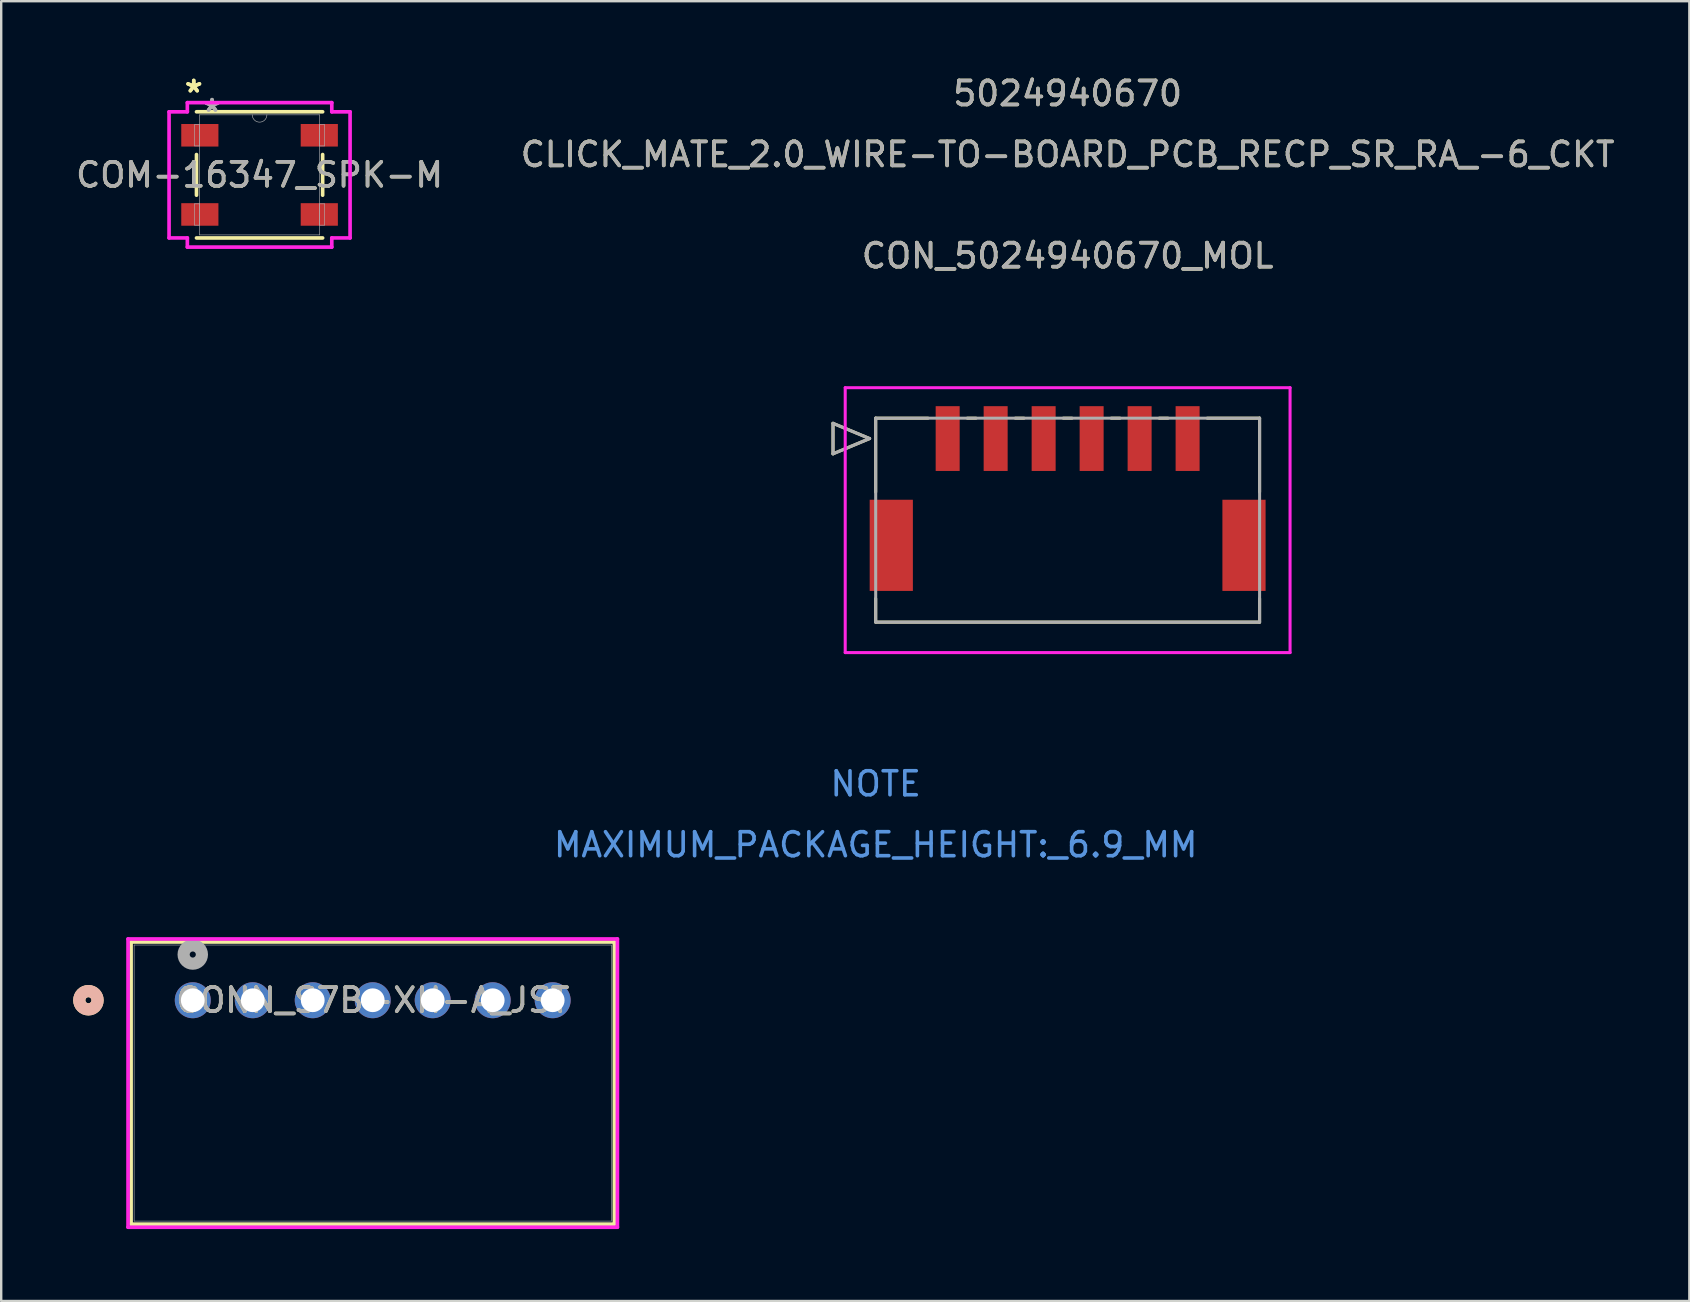
<source format=kicad_pcb>
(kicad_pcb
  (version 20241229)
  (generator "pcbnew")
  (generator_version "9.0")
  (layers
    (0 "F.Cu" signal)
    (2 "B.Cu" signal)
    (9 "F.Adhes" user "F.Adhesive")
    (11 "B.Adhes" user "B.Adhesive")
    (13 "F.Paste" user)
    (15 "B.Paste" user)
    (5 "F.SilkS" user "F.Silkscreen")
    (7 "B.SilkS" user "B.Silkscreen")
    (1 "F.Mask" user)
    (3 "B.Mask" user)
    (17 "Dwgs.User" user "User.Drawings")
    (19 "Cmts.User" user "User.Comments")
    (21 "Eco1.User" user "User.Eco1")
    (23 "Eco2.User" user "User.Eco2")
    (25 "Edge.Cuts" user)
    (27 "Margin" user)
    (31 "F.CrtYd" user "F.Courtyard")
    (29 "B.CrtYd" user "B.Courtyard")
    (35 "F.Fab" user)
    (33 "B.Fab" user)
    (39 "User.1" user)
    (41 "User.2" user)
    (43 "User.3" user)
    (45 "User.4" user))
  (footprint "COM-16347_SPK-M"
    (layer "F.Cu")
    (at 7.768 4.238)
    (property "Reference" "COM-16347_SPK-M" (at 0 0 0) (unlocked yes) (layer "F.SilkS") (effects (font (size 1 1) (thickness 0.15))))
    (attr smd)
    (fp_line (start -2.629 -0.847) (end -2.629 0.847) (stroke (width 0.152) (type solid)) (layer "F.SilkS"))
    (fp_line (start -2.629 2.629) (end 2.629 2.629) (stroke (width 0.152) (type solid)) (layer "F.SilkS"))
    (fp_line (start 2.629 -2.629) (end -2.629 -2.629) (stroke (width 0.152) (type solid)) (layer "F.SilkS"))
    (fp_line (start 2.629 0.847) (end 2.629 -0.847) (stroke (width 0.152) (type solid)) (layer "F.SilkS"))
    (fp_line (start -3.772 -2.628) (end -3.01 -2.628) (stroke (width 0.152) (type solid)) (layer "F.CrtYd"))
    (fp_line (start -3.772 2.628) (end -3.772 -2.628) (stroke (width 0.152) (type solid)) (layer "F.CrtYd"))
    (fp_line (start -3.772 2.628) (end -3.01 2.628) (stroke (width 0.152) (type solid)) (layer "F.CrtYd"))
    (fp_line (start -3.01 -3.01) (end 3.01 -3.01) (stroke (width 0.152) (type solid)) (layer "F.CrtYd"))
    (fp_line (start -3.01 -2.628) (end -3.01 -3.01) (stroke (width 0.152) (type solid)) (layer "F.CrtYd"))
    (fp_line (start -3.01 3.01) (end -3.01 2.628) (stroke (width 0.152) (type solid)) (layer "F.CrtYd"))
    (fp_line (start 3.01 -3.01) (end 3.01 -2.628) (stroke (width 0.152) (type solid)) (layer "F.CrtYd"))
    (fp_line (start 3.01 2.628) (end 3.01 3.01) (stroke (width 0.152) (type solid)) (layer "F.CrtYd"))
    (fp_line (start 3.01 3.01) (end -3.01 3.01) (stroke (width 0.152) (type solid)) (layer "F.CrtYd"))
    (fp_line (start 3.772 -2.628) (end 3.01 -2.628) (stroke (width 0.152) (type solid)) (layer "F.CrtYd"))
    (fp_line (start 3.772 -2.628) (end 3.772 2.628) (stroke (width 0.152) (type solid)) (layer "F.CrtYd"))
    (fp_line (start 3.772 2.628) (end 3.01 2.628) (stroke (width 0.152) (type solid)) (layer "F.CrtYd"))
    (fp_line (start -2.705 -2.095) (end -2.705 -1.206) (stroke (width 0.025) (type solid)) (layer "F.Fab"))
    (fp_line (start -2.705 -1.206) (end -2.502 -1.206) (stroke (width 0.025) (type solid)) (layer "F.Fab"))
    (fp_line (start -2.705 1.206) (end -2.705 2.095) (stroke (width 0.025) (type solid)) (layer "F.Fab"))
    (fp_line (start -2.705 2.095) (end -2.502 2.095) (stroke (width 0.025) (type solid)) (layer "F.Fab"))
    (fp_line (start -2.502 -2.502) (end -2.502 2.502) (stroke (width 0.025) (type solid)) (layer "F.Fab"))
    (fp_line (start -2.502 -2.095) (end -2.705 -2.095) (stroke (width 0.025) (type solid)) (layer "F.Fab"))
    (fp_line (start -2.502 -1.206) (end -2.502 -2.095) (stroke (width 0.025) (type solid)) (layer "F.Fab"))
    (fp_line (start -2.502 1.206) (end -2.705 1.206) (stroke (width 0.025) (type solid)) (layer "F.Fab"))
    (fp_line (start -2.502 2.095) (end -2.502 1.206) (stroke (width 0.025) (type solid)) (layer "F.Fab"))
    (fp_line (start -2.502 2.502) (end 2.502 2.502) (stroke (width 0.025) (type solid)) (layer "F.Fab"))
    (fp_line (start 2.502 -2.502) (end -2.502 -2.502) (stroke (width 0.025) (type solid)) (layer "F.Fab"))
    (fp_line (start 2.502 -2.095) (end 2.502 -1.206) (stroke (width 0.025) (type solid)) (layer "F.Fab"))
    (fp_line (start 2.502 -1.206) (end 2.705 -1.206) (stroke (width 0.025) (type solid)) (layer "F.Fab"))
    (fp_line (start 2.502 1.206) (end 2.502 2.095) (stroke (width 0.025) (type solid)) (layer "F.Fab"))
    (fp_line (start 2.502 2.095) (end 2.705 2.095) (stroke (width 0.025) (type solid)) (layer "F.Fab"))
    (fp_line (start 2.502 2.502) (end 2.502 -2.502) (stroke (width 0.025) (type solid)) (layer "F.Fab"))
    (fp_line (start 2.705 -2.095) (end 2.502 -2.095) (stroke (width 0.025) (type solid)) (layer "F.Fab"))
    (fp_line (start 2.705 -1.206) (end 2.705 -2.095) (stroke (width 0.025) (type solid)) (layer "F.Fab"))
    (fp_line (start 2.705 1.206) (end 2.502 1.206) (stroke (width 0.025) (type solid)) (layer "F.Fab"))
    (fp_line (start 2.705 2.095) (end 2.705 1.206) (stroke (width 0.025) (type solid)) (layer "F.Fab"))
    (fp_arc (start 0.3048 -2.5019) (mid 0 -2.1971) (end -0.3048 -2.5019) (stroke (width 0.0254) (type solid)) (layer "F.Fab"))
    (fp_text user "*" (at -2.743 -3.39 0) (unlocked yes) (layer "F.SilkS") (effects (font (size 1 1) (thickness 0.15))))
    (fp_text user "*" (at -2.743 -3.39 0) (layer "F.SilkS") (effects (font (size 1 1) (thickness 0.15))))
    (fp_text user "*" (at -1.981 -2.59 0) (unlocked yes) (layer "F.Fab") (effects (font (size 1 1) (thickness 0.15))))
    (fp_text user "${REFERENCE}" (at 0 0 0) (unlocked yes) (layer "F.Fab") (effects (font (size 1 1) (thickness 0.15))))
    (fp_text user "*" (at -1.981 -2.59 0) (layer "F.Fab") (effects (font (size 1 1) (thickness 0.15))))
    (pad "1" smd rect (at -2.489 -1.65) (size 1.549 0.94) (layers "F.Cu" "F.Mask" "F.Paste"))
    (pad "2" smd rect (at -2.489 1.65) (size 1.549 0.94) (layers "F.Cu" "F.Mask" "F.Paste"))
    (pad "3" smd rect (at 2.489 1.65) (size 1.549 0.94) (layers "F.Cu" "F.Mask" "F.Paste"))
    (pad "4" smd rect (at 2.489 -1.65) (size 1.549 0.94) (layers "F.Cu" "F.Mask" "F.Paste")))
  (footprint "CONN_S7B-XH-A_JST"
    (layer "F.Cu")
    (at 4.984 38.637)
    (property "Reference" "CONN_S7B-XH-A_JST" (at 7.5 0 0) (unlocked yes) (layer "F.SilkS") (effects (font (size 1 1) (thickness 0.15))))
    (attr through_hole)
    (fp_line (start -2.571 -2.427) (end -2.571 9.333) (stroke (width 0.152) (type solid)) (layer "F.SilkS"))
    (fp_line (start -2.571 9.333) (end 17.571 9.333) (stroke (width 0.152) (type solid)) (layer "F.SilkS"))
    (fp_line (start 17.571 -2.427) (end -2.571 -2.427) (stroke (width 0.152) (type solid)) (layer "F.SilkS"))
    (fp_line (start 17.571 9.333) (end 17.571 -2.427) (stroke (width 0.152) (type solid)) (layer "F.SilkS"))
    (fp_circle (center -4.349 0) (end -3.968 0) (stroke (width 0.508) (type solid)) (fill no) (layer "F.SilkS"))
    (fp_circle (center -4.349 0) (end -3.968 0) (stroke (width 0.508) (type solid)) (fill no) (layer "B.SilkS"))
    (fp_line (start -2.698 -2.554) (end -2.698 9.46) (stroke (width 0.152) (type solid)) (layer "F.CrtYd"))
    (fp_line (start -2.698 9.46) (end 17.698 9.46) (stroke (width 0.152) (type solid)) (layer "F.CrtYd"))
    (fp_line (start 17.698 -2.554) (end -2.698 -2.554) (stroke (width 0.152) (type solid)) (layer "F.CrtYd"))
    (fp_line (start 17.698 9.46) (end 17.698 -2.554) (stroke (width 0.152) (type solid)) (layer "F.CrtYd"))
    (fp_line (start -2.444 -2.3) (end -2.444 9.206) (stroke (width 0.025) (type solid)) (layer "F.Fab"))
    (fp_line (start -2.444 9.206) (end 17.444 9.206) (stroke (width 0.025) (type solid)) (layer "F.Fab"))
    (fp_line (start 17.444 -2.3) (end -2.444 -2.3) (stroke (width 0.025) (type solid)) (layer "F.Fab"))
    (fp_line (start 17.444 9.206) (end 17.444 -2.3) (stroke (width 0.025) (type solid)) (layer "F.Fab"))
    (fp_circle (center 0 -1.905) (end 0.381 -1.905) (stroke (width 0.508) (type solid)) (fill no) (layer "F.Fab"))
    (fp_text user "${REFERENCE}" (at 7.5 0 0) (unlocked yes) (layer "F.Fab") (effects (font (size 1 1) (thickness 0.15))))
    (pad "1" thru_hole circle (at 0 0) (size 1.499 1.499) (drill 0.991) (layers "*.Cu" "*.Mask"))
    (pad "2" thru_hole circle (at 2.5 0) (size 1.499 1.499) (drill 0.991) (layers "*.Cu" "*.Mask"))
    (pad "3" thru_hole circle (at 5 0) (size 1.499 1.499) (drill 0.991) (layers "*.Cu" "*.Mask"))
    (pad "4" thru_hole circle (at 7.5 0) (size 1.499 1.499) (drill 0.991) (layers "*.Cu" "*.Mask"))
    (pad "5" thru_hole circle (at 10 0) (size 1.499 1.499) (drill 0.991) (layers "*.Cu" "*.Mask"))
    (pad "6" thru_hole circle (at 12.5 0) (size 1.499 1.499) (drill 0.991) (layers "*.Cu" "*.Mask"))
    (pad "7" thru_hole circle (at 15 0) (size 1.499 1.499) (drill 0.991) (layers "*.Cu" "*.Mask")))
  (footprint "CON_5024940670_MOL"
    (layer "F.Cu")
    (at 36.446 15.228)
    (property "Reference" "CON_5024940670_MOL" (at 5 -7.62 0) (unlocked yes) (layer "F.SilkS") (effects (font (size 1 1) (thickness 0.15))))
    (attr smd)
    (fp_line (start -4.778 -0.635) (end -4.778 0.635) (stroke (width 0.127) (type solid)) (layer "F.SilkS"))
    (fp_line (start -4.778 0.635) (end -3.254 0) (stroke (width 0.127) (type solid)) (layer "F.SilkS"))
    (fp_line (start -3.254 0) (end -4.778 -0.635) (stroke (width 0.127) (type solid)) (layer "F.SilkS"))
    (fp_line (start -3 -0.85) (end -3 2.23) (stroke (width 0.127) (type solid)) (layer "F.SilkS"))
    (fp_line (start -3 6.67) (end -3 7.65) (stroke (width 0.127) (type solid)) (layer "F.SilkS"))
    (fp_line (start -3 7.65) (end 13 7.65) (stroke (width 0.127) (type solid)) (layer "F.SilkS"))
    (fp_line (start -0.82 -0.85) (end -3 -0.85) (stroke (width 0.127) (type solid)) (layer "F.SilkS"))
    (fp_line (start 1.18 -0.85) (end 0.82 -0.85) (stroke (width 0.127) (type solid)) (layer "F.SilkS"))
    (fp_line (start 3.18 -0.85) (end 2.82 -0.85) (stroke (width 0.127) (type solid)) (layer "F.SilkS"))
    (fp_line (start 5.18 -0.85) (end 4.82 -0.85) (stroke (width 0.127) (type solid)) (layer "F.SilkS"))
    (fp_line (start 7.18 -0.85) (end 6.82 -0.85) (stroke (width 0.127) (type solid)) (layer "F.SilkS"))
    (fp_line (start 9.18 -0.85) (end 8.82 -0.85) (stroke (width 0.127) (type solid)) (layer "F.SilkS"))
    (fp_line (start 13 -0.85) (end 10.82 -0.85) (stroke (width 0.127) (type solid)) (layer "F.SilkS"))
    (fp_line (start 13 2.23) (end 13 -0.85) (stroke (width 0.127) (type solid)) (layer "F.SilkS"))
    (fp_line (start 13 7.65) (end 13 6.67) (stroke (width 0.127) (type solid)) (layer "F.SilkS"))
    (fp_line (start -4.27 -2.12) (end -4.27 8.92) (stroke (width 0.127) (type solid)) (layer "F.CrtYd"))
    (fp_line (start -4.27 8.92) (end 14.27 8.92) (stroke (width 0.127) (type solid)) (layer "F.CrtYd"))
    (fp_line (start 14.27 -2.12) (end -4.27 -2.12) (stroke (width 0.127) (type solid)) (layer "F.CrtYd"))
    (fp_line (start 14.27 8.92) (end 14.27 -2.12) (stroke (width 0.127) (type solid)) (layer "F.CrtYd"))
    (fp_line (start -4.778 -0.635) (end -4.778 0.635) (stroke (width 0.127) (type solid)) (layer "F.Fab"))
    (fp_line (start -4.778 0.635) (end -3.254 0) (stroke (width 0.127) (type solid)) (layer "F.Fab"))
    (fp_line (start -3.254 0) (end -4.778 -0.635) (stroke (width 0.127) (type solid)) (layer "F.Fab"))
    (fp_line (start -3 -0.85) (end -3 7.65) (stroke (width 0.127) (type solid)) (layer "F.Fab"))
    (fp_line (start -3 7.65) (end 13 7.65) (stroke (width 0.127) (type solid)) (layer "F.Fab"))
    (fp_line (start 13 -0.85) (end -3 -0.85) (stroke (width 0.127) (type solid)) (layer "F.Fab"))
    (fp_line (start 13 7.65) (end 13 -0.85) (stroke (width 0.127) (type solid)) (layer "F.Fab"))
    (fp_text user "CLICK_MATE_2.0_WIRE-TO-BOARD_PCB_RECP_SR_RA_-6_CKT" (at 5 -11.84 0) (unlocked yes) (layer "F.SilkS") (effects (font (size 1 1) (thickness 0.15))))
    (fp_text user "5024940670" (at 5 -14.38 0) (unlocked yes) (layer "F.SilkS") (effects (font (size 1 1) (thickness 0.15))))
    (fp_text user "MAXIMUM_PACKAGE_HEIGHT:_6.9_MM" (at -3 16.93 0) (unlocked yes) (layer "Cmts.User") (effects (font (size 1 1) (thickness 0.15))))
    (fp_text user "NOTE" (at -3 14.39 0) (unlocked yes) (layer "Cmts.User") (effects (font (size 1 1) (thickness 0.15))))
    (fp_text user "CLICK_MATE_2.0_WIRE-TO-BOARD_PCB_RECP_SR_RA_-6_CKT" (at 5 -11.84 0) (unlocked yes) (layer "F.Fab") (effects (font (size 1 1) (thickness 0.15))))
    (fp_text user "${REFERENCE}" (at 5 -7.62 0) (unlocked yes) (layer "F.Fab") (effects (font (size 1 1) (thickness 0.15))))
    (fp_text user "5024940670" (at 5 -14.38 0) (unlocked yes) (layer "F.Fab") (effects (font (size 1 1) (thickness 0.15))))
    (pad "1" smd rect (at 0 0) (size 1 2.7) (layers "F.Cu" "F.Mask" "F.Paste"))
    (pad "2" smd rect (at 2 0) (size 1 2.7) (layers "F.Cu" "F.Mask" "F.Paste"))
    (pad "3" smd rect (at 4 0) (size 1 2.7) (layers "F.Cu" "F.Mask" "F.Paste"))
    (pad "4" smd rect (at 6 0) (size 1 2.7) (layers "F.Cu" "F.Mask" "F.Paste"))
    (pad "5" smd rect (at 8 0) (size 1 2.7) (layers "F.Cu" "F.Mask" "F.Paste"))
    (pad "6" smd rect (at 10 0) (size 1 2.7) (layers "F.Cu" "F.Mask" "F.Paste"))
    (pad "7" smd rect (at -2.35 4.45) (size 1.8 3.8) (layers "F.Cu" "F.Mask" "F.Paste"))
    (pad "8" smd rect (at 12.35 4.45) (size 1.8 3.8) (layers "F.Cu" "F.Mask" "F.Paste")))
  (gr_rect
    (start -3 -3)
    (end 67.357 51.173)
    (stroke (width 0.1) (type default))
    (fill no)
    (layer "Edge.Cuts")))
</source>
